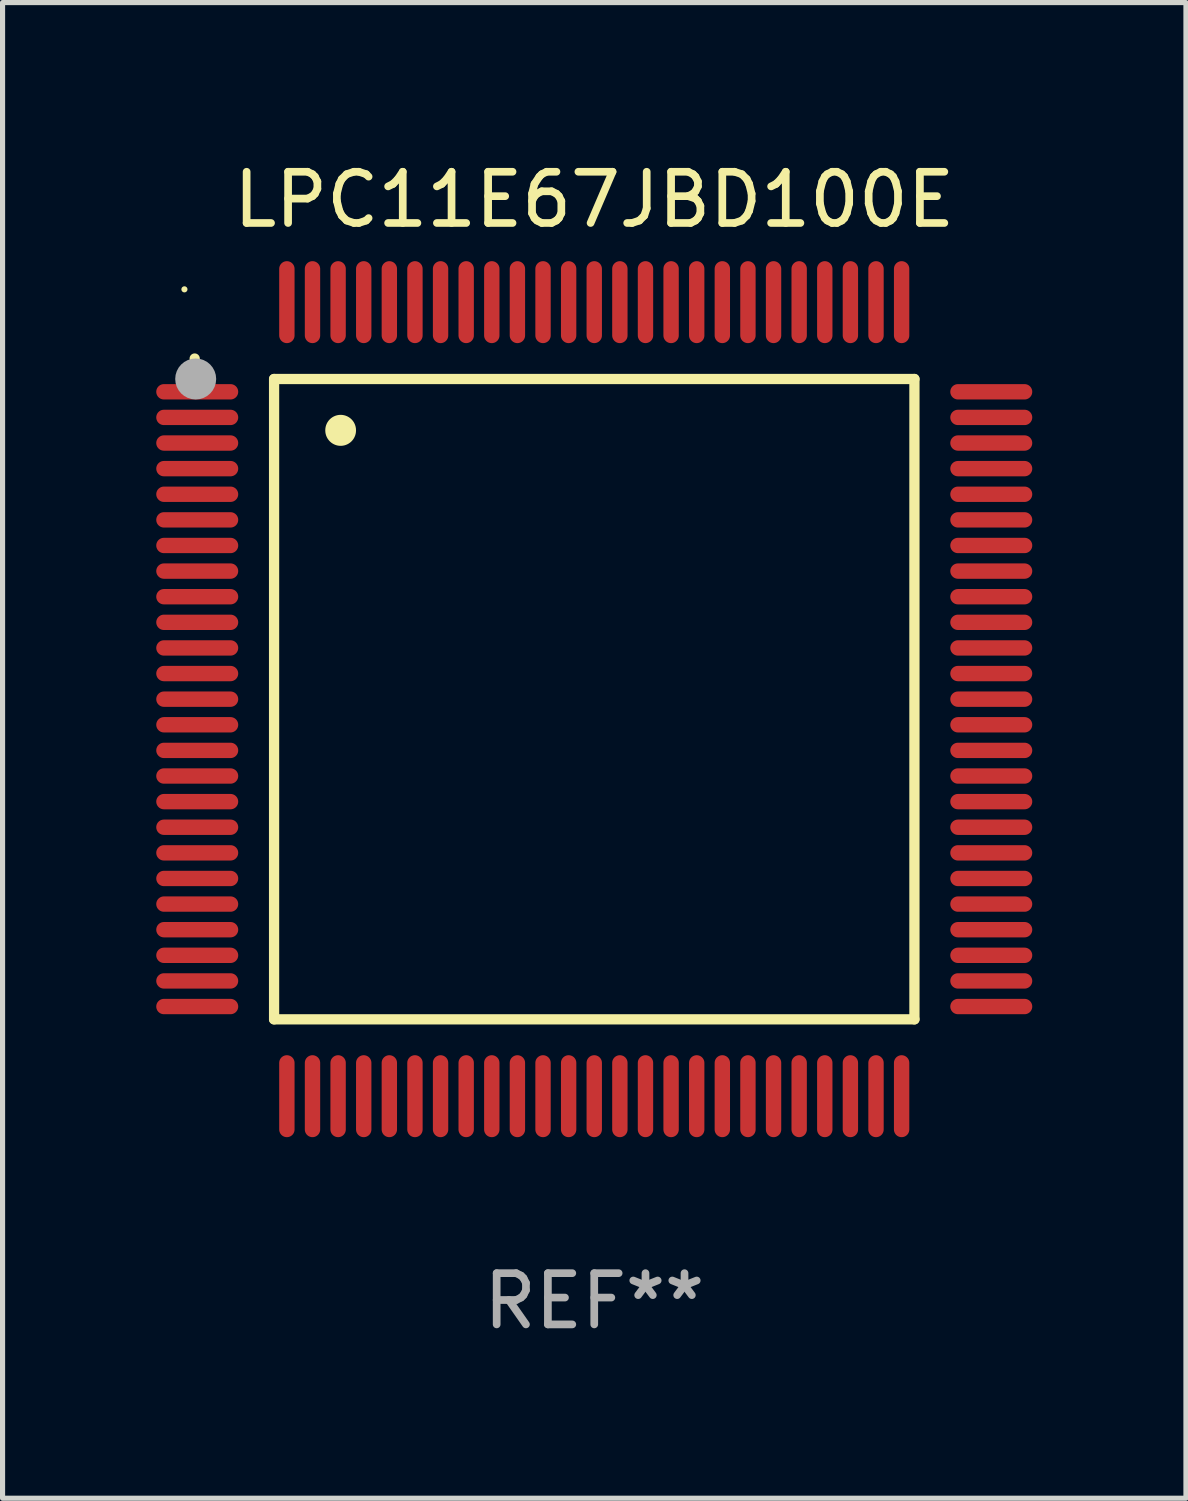
<source format=kicad_pcb>
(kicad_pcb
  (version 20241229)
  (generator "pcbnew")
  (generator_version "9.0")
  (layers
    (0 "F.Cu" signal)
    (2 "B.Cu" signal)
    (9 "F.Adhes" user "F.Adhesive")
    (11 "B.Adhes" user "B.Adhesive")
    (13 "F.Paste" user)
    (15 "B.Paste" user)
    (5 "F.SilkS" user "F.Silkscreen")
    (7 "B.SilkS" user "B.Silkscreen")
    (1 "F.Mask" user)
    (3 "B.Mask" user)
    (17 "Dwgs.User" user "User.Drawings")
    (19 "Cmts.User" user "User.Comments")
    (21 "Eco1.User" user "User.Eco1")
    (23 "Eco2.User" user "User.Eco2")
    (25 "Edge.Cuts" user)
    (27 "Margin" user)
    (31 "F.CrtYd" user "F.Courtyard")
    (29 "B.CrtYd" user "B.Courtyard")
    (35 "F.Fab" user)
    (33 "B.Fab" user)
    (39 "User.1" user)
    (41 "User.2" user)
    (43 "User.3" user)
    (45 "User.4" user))
  (footprint "LPC11E67JBD100E"
    (layer "F.Cu")
    (at 8.55 10.598)
    (property "Reference" "LPC11E67JBD100E" (at 0 -9.75 0) (layer "F.SilkS") (effects (font (size 1 1) (thickness 0.15))))
    (attr through_hole)
    (fp_line (start -6.25 -6.25) (end -6.25 6.25) (stroke (width 0.2) (type solid)) (layer "F.SilkS"))
    (fp_line (start -6.25 6.25) (end 6.25 6.25) (stroke (width 0.2) (type solid)) (layer "F.SilkS"))
    (fp_line (start 6.25 -6.25) (end -6.25 -6.25) (stroke (width 0.2) (type solid)) (layer "F.SilkS"))
    (fp_line (start 6.25 6.25) (end 6.25 -6.25) (stroke (width 0.2) (type solid)) (layer "F.SilkS"))
    (fp_arc (start -7.799568 -6.647625) (mid -7.799571 -6.648463) (end -7.799568 -6.649301) (stroke (width 0.2) (type solid)) (layer "F.SilkS"))
    (fp_arc (start -4.95047 -5.245111) (mid -4.950481 -5.247651) (end -4.95047 -5.250191) (stroke (width 0.6) (type solid)) (layer "F.SilkS"))
    (fp_circle (center -8 -8) (end -7.97 -8) (stroke (width 0.06) (type solid)) (fill no) (layer "F.SilkS"))
    (fp_circle (center -7.78 -6.25) (end -7.58 -6.25) (stroke (width 0.4) (type solid)) (fill no) (layer "F.Fab"))
    (fp_text user "REF**" (at 0 11.75 0) (layer "F.Fab") (effects (font (size 1 1) (thickness 0.15))))
    (pad "1" smd oval (at -7.75 -6 90) (size 0.3 1.6) (layers "F.Cu" "F.Mask" "F.Paste"))
    (pad "2" smd oval (at -7.75 -5.5 90) (size 0.3 1.6) (layers "F.Cu" "F.Mask" "F.Paste"))
    (pad "3" smd oval (at -7.75 -5 90) (size 0.3 1.6) (layers "F.Cu" "F.Mask" "F.Paste"))
    (pad "4" smd oval (at -7.75 -4.5 90) (size 0.3 1.6) (layers "F.Cu" "F.Mask" "F.Paste"))
    (pad "5" smd oval (at -7.75 -4 90) (size 0.3 1.6) (layers "F.Cu" "F.Mask" "F.Paste"))
    (pad "6" smd oval (at -7.75 -3.5 90) (size 0.3 1.6) (layers "F.Cu" "F.Mask" "F.Paste"))
    (pad "7" smd oval (at -7.75 -3 90) (size 0.3 1.6) (layers "F.Cu" "F.Mask" "F.Paste"))
    (pad "8" smd oval (at -7.75 -2.5 90) (size 0.3 1.6) (layers "F.Cu" "F.Mask" "F.Paste"))
    (pad "9" smd oval (at -7.75 -2 90) (size 0.3 1.6) (layers "F.Cu" "F.Mask" "F.Paste"))
    (pad "10" smd oval (at -7.75 -1.5 90) (size 0.3 1.6) (layers "F.Cu" "F.Mask" "F.Paste"))
    (pad "11" smd oval (at -7.75 -1 90) (size 0.3 1.6) (layers "F.Cu" "F.Mask" "F.Paste"))
    (pad "12" smd oval (at -7.75 -0.5 90) (size 0.3 1.6) (layers "F.Cu" "F.Mask" "F.Paste"))
    (pad "13" smd oval (at -7.75 0 90) (size 0.3 1.6) (layers "F.Cu" "F.Mask" "F.Paste"))
    (pad "14" smd oval (at -7.75 0.5 90) (size 0.3 1.6) (layers "F.Cu" "F.Mask" "F.Paste"))
    (pad "15" smd oval (at -7.75 1 90) (size 0.3 1.6) (layers "F.Cu" "F.Mask" "F.Paste"))
    (pad "16" smd oval (at -7.75 1.5 90) (size 0.3 1.6) (layers "F.Cu" "F.Mask" "F.Paste"))
    (pad "17" smd oval (at -7.75 2 90) (size 0.3 1.6) (layers "F.Cu" "F.Mask" "F.Paste"))
    (pad "18" smd oval (at -7.75 2.5 90) (size 0.3 1.6) (layers "F.Cu" "F.Mask" "F.Paste"))
    (pad "19" smd oval (at -7.75 3 90) (size 0.3 1.6) (layers "F.Cu" "F.Mask" "F.Paste"))
    (pad "20" smd oval (at -7.75 3.5 90) (size 0.3 1.6) (layers "F.Cu" "F.Mask" "F.Paste"))
    (pad "21" smd oval (at -7.75 4 90) (size 0.3 1.6) (layers "F.Cu" "F.Mask" "F.Paste"))
    (pad "22" smd oval (at -7.75 4.5 90) (size 0.3 1.6) (layers "F.Cu" "F.Mask" "F.Paste"))
    (pad "23" smd oval (at -7.75 5 90) (size 0.3 1.6) (layers "F.Cu" "F.Mask" "F.Paste"))
    (pad "24" smd oval (at -7.75 5.5 90) (size 0.3 1.6) (layers "F.Cu" "F.Mask" "F.Paste"))
    (pad "25" smd oval (at -7.75 6 90) (size 0.3 1.6) (layers "F.Cu" "F.Mask" "F.Paste"))
    (pad "26" smd oval (at -6 7.75) (size 0.3 1.6) (layers "F.Cu" "F.Mask" "F.Paste"))
    (pad "27" smd oval (at -5.5 7.75) (size 0.3 1.6) (layers "F.Cu" "F.Mask" "F.Paste"))
    (pad "28" smd oval (at -5 7.75) (size 0.3 1.6) (layers "F.Cu" "F.Mask" "F.Paste"))
    (pad "29" smd oval (at -4.5 7.75) (size 0.3 1.6) (layers "F.Cu" "F.Mask" "F.Paste"))
    (pad "30" smd oval (at -4 7.75) (size 0.3 1.6) (layers "F.Cu" "F.Mask" "F.Paste"))
    (pad "31" smd oval (at -3.5 7.75) (size 0.3 1.6) (layers "F.Cu" "F.Mask" "F.Paste"))
    (pad "32" smd oval (at -3 7.75) (size 0.3 1.6) (layers "F.Cu" "F.Mask" "F.Paste"))
    (pad "33" smd oval (at -2.5 7.75) (size 0.3 1.6) (layers "F.Cu" "F.Mask" "F.Paste"))
    (pad "34" smd oval (at -2 7.75) (size 0.3 1.6) (layers "F.Cu" "F.Mask" "F.Paste"))
    (pad "35" smd oval (at -1.5 7.75) (size 0.3 1.6) (layers "F.Cu" "F.Mask" "F.Paste"))
    (pad "36" smd oval (at -1 7.75) (size 0.3 1.6) (layers "F.Cu" "F.Mask" "F.Paste"))
    (pad "37" smd oval (at -0.5 7.75) (size 0.3 1.6) (layers "F.Cu" "F.Mask" "F.Paste"))
    (pad "38" smd oval (at 0 7.75) (size 0.3 1.6) (layers "F.Cu" "F.Mask" "F.Paste"))
    (pad "39" smd oval (at 0.5 7.75) (size 0.3 1.6) (layers "F.Cu" "F.Mask" "F.Paste"))
    (pad "40" smd oval (at 1 7.75) (size 0.3 1.6) (layers "F.Cu" "F.Mask" "F.Paste"))
    (pad "41" smd oval (at 1.5 7.75) (size 0.3 1.6) (layers "F.Cu" "F.Mask" "F.Paste"))
    (pad "42" smd oval (at 2 7.75) (size 0.3 1.6) (layers "F.Cu" "F.Mask" "F.Paste"))
    (pad "43" smd oval (at 2.5 7.75) (size 0.3 1.6) (layers "F.Cu" "F.Mask" "F.Paste"))
    (pad "44" smd oval (at 3 7.75) (size 0.3 1.6) (layers "F.Cu" "F.Mask" "F.Paste"))
    (pad "45" smd oval (at 3.5 7.75) (size 0.3 1.6) (layers "F.Cu" "F.Mask" "F.Paste"))
    (pad "46" smd oval (at 4 7.75) (size 0.3 1.6) (layers "F.Cu" "F.Mask" "F.Paste"))
    (pad "47" smd oval (at 4.5 7.75) (size 0.3 1.6) (layers "F.Cu" "F.Mask" "F.Paste"))
    (pad "48" smd oval (at 5 7.75) (size 0.3 1.6) (layers "F.Cu" "F.Mask" "F.Paste"))
    (pad "49" smd oval (at 5.5 7.75) (size 0.3 1.6) (layers "F.Cu" "F.Mask" "F.Paste"))
    (pad "50" smd oval (at 6 7.75) (size 0.3 1.6) (layers "F.Cu" "F.Mask" "F.Paste"))
    (pad "51" smd oval (at 7.75 6 90) (size 0.3 1.6) (layers "F.Cu" "F.Mask" "F.Paste"))
    (pad "52" smd oval (at 7.75 5.5 90) (size 0.3 1.6) (layers "F.Cu" "F.Mask" "F.Paste"))
    (pad "53" smd oval (at 7.75 5 90) (size 0.3 1.6) (layers "F.Cu" "F.Mask" "F.Paste"))
    (pad "54" smd oval (at 7.75 4.5 90) (size 0.3 1.6) (layers "F.Cu" "F.Mask" "F.Paste"))
    (pad "55" smd oval (at 7.75 4 90) (size 0.3 1.6) (layers "F.Cu" "F.Mask" "F.Paste"))
    (pad "56" smd oval (at 7.75 3.5 90) (size 0.3 1.6) (layers "F.Cu" "F.Mask" "F.Paste"))
    (pad "57" smd oval (at 7.75 3 90) (size 0.3 1.6) (layers "F.Cu" "F.Mask" "F.Paste"))
    (pad "58" smd oval (at 7.75 2.5 90) (size 0.3 1.6) (layers "F.Cu" "F.Mask" "F.Paste"))
    (pad "59" smd oval (at 7.75 2 90) (size 0.3 1.6) (layers "F.Cu" "F.Mask" "F.Paste"))
    (pad "60" smd oval (at 7.75 1.5 90) (size 0.3 1.6) (layers "F.Cu" "F.Mask" "F.Paste"))
    (pad "61" smd oval (at 7.75 1 90) (size 0.3 1.6) (layers "F.Cu" "F.Mask" "F.Paste"))
    (pad "62" smd oval (at 7.75 0.5 90) (size 0.3 1.6) (layers "F.Cu" "F.Mask" "F.Paste"))
    (pad "63" smd oval (at 7.75 0 90) (size 0.3 1.6) (layers "F.Cu" "F.Mask" "F.Paste"))
    (pad "64" smd oval (at 7.75 -0.5 90) (size 0.3 1.6) (layers "F.Cu" "F.Mask" "F.Paste"))
    (pad "65" smd oval (at 7.75 -1 90) (size 0.3 1.6) (layers "F.Cu" "F.Mask" "F.Paste"))
    (pad "66" smd oval (at 7.75 -1.5 90) (size 0.3 1.6) (layers "F.Cu" "F.Mask" "F.Paste"))
    (pad "67" smd oval (at 7.75 -2 90) (size 0.3 1.6) (layers "F.Cu" "F.Mask" "F.Paste"))
    (pad "68" smd oval (at 7.75 -2.5 90) (size 0.3 1.6) (layers "F.Cu" "F.Mask" "F.Paste"))
    (pad "69" smd oval (at 7.75 -3 90) (size 0.3 1.6) (layers "F.Cu" "F.Mask" "F.Paste"))
    (pad "70" smd oval (at 7.75 -3.5 90) (size 0.3 1.6) (layers "F.Cu" "F.Mask" "F.Paste"))
    (pad "71" smd oval (at 7.75 -4 90) (size 0.3 1.6) (layers "F.Cu" "F.Mask" "F.Paste"))
    (pad "72" smd oval (at 7.75 -4.5 90) (size 0.3 1.6) (layers "F.Cu" "F.Mask" "F.Paste"))
    (pad "73" smd oval (at 7.75 -5 90) (size 0.3 1.6) (layers "F.Cu" "F.Mask" "F.Paste"))
    (pad "74" smd oval (at 7.75 -5.5 90) (size 0.3 1.6) (layers "F.Cu" "F.Mask" "F.Paste"))
    (pad "75" smd oval (at 7.75 -6 90) (size 0.3 1.6) (layers "F.Cu" "F.Mask" "F.Paste"))
    (pad "76" smd oval (at 6 -7.75) (size 0.3 1.6) (layers "F.Cu" "F.Mask" "F.Paste"))
    (pad "77" smd oval (at 5.5 -7.75) (size 0.3 1.6) (layers "F.Cu" "F.Mask" "F.Paste"))
    (pad "78" smd oval (at 5 -7.75) (size 0.3 1.6) (layers "F.Cu" "F.Mask" "F.Paste"))
    (pad "79" smd oval (at 4.5 -7.75) (size 0.3 1.6) (layers "F.Cu" "F.Mask" "F.Paste"))
    (pad "80" smd oval (at 4 -7.75) (size 0.3 1.6) (layers "F.Cu" "F.Mask" "F.Paste"))
    (pad "81" smd oval (at 3.5 -7.75) (size 0.3 1.6) (layers "F.Cu" "F.Mask" "F.Paste"))
    (pad "82" smd oval (at 3 -7.75) (size 0.3 1.6) (layers "F.Cu" "F.Mask" "F.Paste"))
    (pad "83" smd oval (at 2.5 -7.75) (size 0.3 1.6) (layers "F.Cu" "F.Mask" "F.Paste"))
    (pad "84" smd oval (at 2 -7.75) (size 0.3 1.6) (layers "F.Cu" "F.Mask" "F.Paste"))
    (pad "85" smd oval (at 1.5 -7.75) (size 0.3 1.6) (layers "F.Cu" "F.Mask" "F.Paste"))
    (pad "86" smd oval (at 1 -7.75) (size 0.3 1.6) (layers "F.Cu" "F.Mask" "F.Paste"))
    (pad "87" smd oval (at 0.5 -7.75) (size 0.3 1.6) (layers "F.Cu" "F.Mask" "F.Paste"))
    (pad "88" smd oval (at 0 -7.75) (size 0.3 1.6) (layers "F.Cu" "F.Mask" "F.Paste"))
    (pad "89" smd oval (at -0.5 -7.75) (size 0.3 1.6) (layers "F.Cu" "F.Mask" "F.Paste"))
    (pad "90" smd oval (at -1 -7.75) (size 0.3 1.6) (layers "F.Cu" "F.Mask" "F.Paste"))
    (pad "91" smd oval (at -1.5 -7.75) (size 0.3 1.6) (layers "F.Cu" "F.Mask" "F.Paste"))
    (pad "92" smd oval (at -2 -7.75) (size 0.3 1.6) (layers "F.Cu" "F.Mask" "F.Paste"))
    (pad "93" smd oval (at -2.5 -7.75) (size 0.3 1.6) (layers "F.Cu" "F.Mask" "F.Paste"))
    (pad "94" smd oval (at -3 -7.75) (size 0.3 1.6) (layers "F.Cu" "F.Mask" "F.Paste"))
    (pad "95" smd oval (at -3.5 -7.75) (size 0.3 1.6) (layers "F.Cu" "F.Mask" "F.Paste"))
    (pad "96" smd oval (at -4 -7.75) (size 0.3 1.6) (layers "F.Cu" "F.Mask" "F.Paste"))
    (pad "97" smd oval (at -4.5 -7.75) (size 0.3 1.6) (layers "F.Cu" "F.Mask" "F.Paste"))
    (pad "98" smd oval (at -5 -7.75) (size 0.3 1.6) (layers "F.Cu" "F.Mask" "F.Paste"))
    (pad "99" smd oval (at -5.5 -7.75) (size 0.3 1.6) (layers "F.Cu" "F.Mask" "F.Paste"))
    (pad "100" smd oval (at -6 -7.75) (size 0.3 1.6) (layers "F.Cu" "F.Mask" "F.Paste")))
  (gr_rect
    (start -3 -3)
    (end 20.1 26.196)
    (stroke (width 0.1) (type default))
    (fill no)
    (layer "Edge.Cuts")))
</source>
